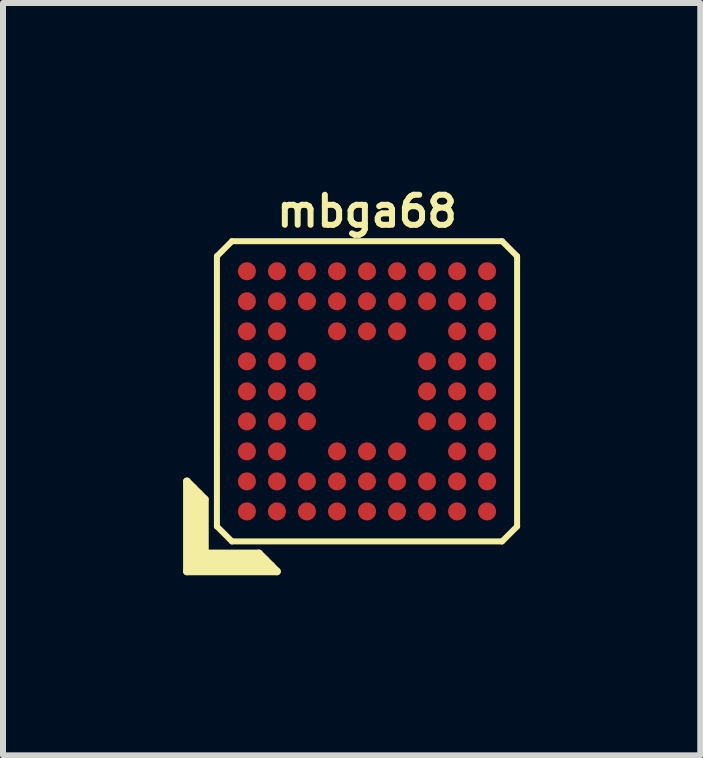
<source format=kicad_pcb>
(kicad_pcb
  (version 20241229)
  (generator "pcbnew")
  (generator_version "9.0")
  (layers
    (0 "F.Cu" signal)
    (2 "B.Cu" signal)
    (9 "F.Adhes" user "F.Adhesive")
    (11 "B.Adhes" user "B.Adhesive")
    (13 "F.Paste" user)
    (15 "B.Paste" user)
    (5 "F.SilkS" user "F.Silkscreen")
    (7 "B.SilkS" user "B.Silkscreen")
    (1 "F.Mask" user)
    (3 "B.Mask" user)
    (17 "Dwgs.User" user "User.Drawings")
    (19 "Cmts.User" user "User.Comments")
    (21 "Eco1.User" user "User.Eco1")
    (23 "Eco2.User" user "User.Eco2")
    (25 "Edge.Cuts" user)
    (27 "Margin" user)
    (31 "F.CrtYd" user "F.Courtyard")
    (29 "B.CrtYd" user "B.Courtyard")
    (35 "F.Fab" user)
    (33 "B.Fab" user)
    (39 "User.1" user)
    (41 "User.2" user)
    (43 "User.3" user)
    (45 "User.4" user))
  (footprint "mbga68"
    (layer "F.Cu")
    (at 3.063 3.468)
    (property "Reference" "mbga68" (at 0 -3 0) (layer "F.SilkS") (effects (font (size 0.5 0.5) (thickness 0.1))))
    (attr smd)
    (fp_line (start -3 1.5) (end -2.7 1.8) (stroke (width 0.127) (type solid)) (layer "F.SilkS"))
    (fp_line (start -3 3) (end -3 1.5) (stroke (width 0.127) (type solid)) (layer "F.SilkS"))
    (fp_line (start -2.9 1.6) (end -2.9 2.9) (stroke (width 0.127) (type solid)) (layer "F.SilkS"))
    (fp_line (start -2.9 2.9) (end -1.6 2.9) (stroke (width 0.127) (type solid)) (layer "F.SilkS"))
    (fp_line (start -2.8 2.8) (end -2.8 1.7) (stroke (width 0.127) (type solid)) (layer "F.SilkS"))
    (fp_line (start -2.7 1.8) (end -2.7 2.7) (stroke (width 0.127) (type solid)) (layer "F.SilkS"))
    (fp_line (start -2.7 2.7) (end -1.8 2.7) (stroke (width 0.127) (type solid)) (layer "F.SilkS"))
    (fp_line (start -2.5 -2.25) (end -2.25 -2.5) (stroke (width 0.1) (type solid)) (layer "F.SilkS"))
    (fp_line (start -2.5 2.25) (end -2.5 -2.25) (stroke (width 0.1) (type solid)) (layer "F.SilkS"))
    (fp_line (start -2.25 -2.5) (end 2.25 -2.5) (stroke (width 0.1) (type solid)) (layer "F.SilkS"))
    (fp_line (start -2.25 2.5) (end -2.5 2.25) (stroke (width 0.1) (type solid)) (layer "F.SilkS"))
    (fp_line (start -1.8 2.7) (end -1.5 3) (stroke (width 0.127) (type solid)) (layer "F.SilkS"))
    (fp_line (start -1.7 2.8) (end -2.8 2.8) (stroke (width 0.127) (type solid)) (layer "F.SilkS"))
    (fp_line (start -1.5 3) (end -3 3) (stroke (width 0.127) (type solid)) (layer "F.SilkS"))
    (fp_line (start 2.25 -2.5) (end 2.5 -2.25) (stroke (width 0.1) (type solid)) (layer "F.SilkS"))
    (fp_line (start 2.25 2.5) (end -2.25 2.5) (stroke (width 0.1) (type solid)) (layer "F.SilkS"))
    (fp_line (start 2.5 -2.25) (end 2.5 2.25) (stroke (width 0.1) (type solid)) (layer "F.SilkS"))
    (fp_line (start 2.5 2.25) (end 2.25 2.5) (stroke (width 0.1) (type solid)) (layer "F.SilkS"))
    (pad "A1" smd circle (at -2 2) (size 0.3 0.3) (layers "F.Cu" "F.Mask" "F.Paste"))
    (pad "A2" smd circle (at -1.5 2) (size 0.3 0.3) (layers "F.Cu" "F.Mask" "F.Paste"))
    (pad "A3" smd circle (at -1 2) (size 0.3 0.3) (layers "F.Cu" "F.Mask" "F.Paste"))
    (pad "A4" smd circle (at -0.5 2) (size 0.3 0.3) (layers "F.Cu" "F.Mask" "F.Paste"))
    (pad "A5" smd circle (at 0 2) (size 0.3 0.3) (layers "F.Cu" "F.Mask" "F.Paste"))
    (pad "A6" smd circle (at 0.5 2) (size 0.3 0.3) (layers "F.Cu" "F.Mask" "F.Paste"))
    (pad "A7" smd circle (at 1 2) (size 0.3 0.3) (layers "F.Cu" "F.Mask" "F.Paste"))
    (pad "A8" smd circle (at 1.5 2) (size 0.3 0.3) (layers "F.Cu" "F.Mask" "F.Paste"))
    (pad "A9" smd circle (at 2 2) (size 0.3 0.3) (layers "F.Cu" "F.Mask" "F.Paste"))
    (pad "B1" smd circle (at -2 1.5) (size 0.3 0.3) (layers "F.Cu" "F.Mask" "F.Paste"))
    (pad "B2" smd circle (at -1.5 1.5) (size 0.3 0.3) (layers "F.Cu" "F.Mask" "F.Paste"))
    (pad "B3" smd circle (at -1 1.5) (size 0.3 0.3) (layers "F.Cu" "F.Mask" "F.Paste"))
    (pad "B4" smd circle (at -0.5 1.5) (size 0.3 0.3) (layers "F.Cu" "F.Mask" "F.Paste"))
    (pad "B5" smd circle (at 0 1.5) (size 0.3 0.3) (layers "F.Cu" "F.Mask" "F.Paste"))
    (pad "B6" smd circle (at 0.5 1.5) (size 0.3 0.3) (layers "F.Cu" "F.Mask" "F.Paste"))
    (pad "B7" smd circle (at 1 1.5) (size 0.3 0.3) (layers "F.Cu" "F.Mask" "F.Paste"))
    (pad "B8" smd circle (at 1.5 1.5) (size 0.3 0.3) (layers "F.Cu" "F.Mask" "F.Paste"))
    (pad "B9" smd circle (at 2 1.5) (size 0.3 0.3) (layers "F.Cu" "F.Mask" "F.Paste"))
    (pad "C1" smd circle (at -2 1) (size 0.3 0.3) (layers "F.Cu" "F.Mask" "F.Paste"))
    (pad "C2" smd circle (at -1.5 1) (size 0.3 0.3) (layers "F.Cu" "F.Mask" "F.Paste"))
    (pad "C4" smd circle (at -0.5 1) (size 0.3 0.3) (layers "F.Cu" "F.Mask" "F.Paste"))
    (pad "C5" smd circle (at 0 1) (size 0.3 0.3) (layers "F.Cu" "F.Mask" "F.Paste"))
    (pad "C6" smd circle (at 0.5 1) (size 0.3 0.3) (layers "F.Cu" "F.Mask" "F.Paste"))
    (pad "C8" smd circle (at 1.5 1) (size 0.3 0.3) (layers "F.Cu" "F.Mask" "F.Paste"))
    (pad "C9" smd circle (at 2 1) (size 0.3 0.3) (layers "F.Cu" "F.Mask" "F.Paste"))
    (pad "D1" smd circle (at -2 0.5) (size 0.3 0.3) (layers "F.Cu" "F.Mask" "F.Paste"))
    (pad "D2" smd circle (at -1.5 0.5) (size 0.3 0.3) (layers "F.Cu" "F.Mask" "F.Paste"))
    (pad "D3" smd circle (at -1 0.5) (size 0.3 0.3) (layers "F.Cu" "F.Mask" "F.Paste"))
    (pad "D7" smd circle (at 1 0.5) (size 0.3 0.3) (layers "F.Cu" "F.Mask" "F.Paste"))
    (pad "D8" smd circle (at 1.5 0.5) (size 0.3 0.3) (layers "F.Cu" "F.Mask" "F.Paste"))
    (pad "D9" smd circle (at 2 0.5) (size 0.3 0.3) (layers "F.Cu" "F.Mask" "F.Paste"))
    (pad "E1" smd circle (at -2 0) (size 0.3 0.3) (layers "F.Cu" "F.Mask" "F.Paste"))
    (pad "E2" smd circle (at -1.5 0) (size 0.3 0.3) (layers "F.Cu" "F.Mask" "F.Paste"))
    (pad "E3" smd circle (at -1 0) (size 0.3 0.3) (layers "F.Cu" "F.Mask" "F.Paste"))
    (pad "E7" smd circle (at 1 0) (size 0.3 0.3) (layers "F.Cu" "F.Mask" "F.Paste"))
    (pad "E8" smd circle (at 1.5 0) (size 0.3 0.3) (layers "F.Cu" "F.Mask" "F.Paste"))
    (pad "E9" smd circle (at 2 0) (size 0.3 0.3) (layers "F.Cu" "F.Mask" "F.Paste"))
    (pad "F1" smd circle (at -2 -0.5) (size 0.3 0.3) (layers "F.Cu" "F.Mask" "F.Paste"))
    (pad "F2" smd circle (at -1.5 -0.5) (size 0.3 0.3) (layers "F.Cu" "F.Mask" "F.Paste"))
    (pad "F3" smd circle (at -1 -0.5) (size 0.3 0.3) (layers "F.Cu" "F.Mask" "F.Paste"))
    (pad "F7" smd circle (at 1 -0.5) (size 0.3 0.3) (layers "F.Cu" "F.Mask" "F.Paste"))
    (pad "F8" smd circle (at 1.5 -0.5) (size 0.3 0.3) (layers "F.Cu" "F.Mask" "F.Paste"))
    (pad "F9" smd circle (at 2 -0.5) (size 0.3 0.3) (layers "F.Cu" "F.Mask" "F.Paste"))
    (pad "G1" smd circle (at -2 -1) (size 0.3 0.3) (layers "F.Cu" "F.Mask" "F.Paste"))
    (pad "G2" smd circle (at -1.5 -1) (size 0.3 0.3) (layers "F.Cu" "F.Mask" "F.Paste"))
    (pad "G4" smd circle (at -0.5 -1) (size 0.3 0.3) (layers "F.Cu" "F.Mask" "F.Paste"))
    (pad "G5" smd circle (at 0 -1) (size 0.3 0.3) (layers "F.Cu" "F.Mask" "F.Paste"))
    (pad "G6" smd circle (at 0.5 -1) (size 0.3 0.3) (layers "F.Cu" "F.Mask" "F.Paste"))
    (pad "G8" smd circle (at 1.5 -1) (size 0.3 0.3) (layers "F.Cu" "F.Mask" "F.Paste"))
    (pad "G9" smd circle (at 2 -1) (size 0.3 0.3) (layers "F.Cu" "F.Mask" "F.Paste"))
    (pad "H1" smd circle (at -2 -1.5) (size 0.3 0.3) (layers "F.Cu" "F.Mask" "F.Paste"))
    (pad "H2" smd circle (at -1.5 -1.5) (size 0.3 0.3) (layers "F.Cu" "F.Mask" "F.Paste"))
    (pad "H3" smd circle (at -1 -1.5) (size 0.3 0.3) (layers "F.Cu" "F.Mask" "F.Paste"))
    (pad "H4" smd circle (at -0.5 -1.5) (size 0.3 0.3) (layers "F.Cu" "F.Mask" "F.Paste"))
    (pad "H5" smd circle (at 0 -1.5) (size 0.3 0.3) (layers "F.Cu" "F.Mask" "F.Paste"))
    (pad "H6" smd circle (at 0.5 -1.5) (size 0.3 0.3) (layers "F.Cu" "F.Mask" "F.Paste"))
    (pad "H7" smd circle (at 1 -1.5) (size 0.3 0.3) (layers "F.Cu" "F.Mask" "F.Paste"))
    (pad "H8" smd circle (at 1.5 -1.5) (size 0.3 0.3) (layers "F.Cu" "F.Mask" "F.Paste"))
    (pad "H9" smd circle (at 2 -1.5) (size 0.3 0.3) (layers "F.Cu" "F.Mask" "F.Paste"))
    (pad "J1" smd circle (at -2 -2) (size 0.3 0.3) (layers "F.Cu" "F.Mask" "F.Paste"))
    (pad "J2" smd circle (at -1.5 -2) (size 0.3 0.3) (layers "F.Cu" "F.Mask" "F.Paste"))
    (pad "J3" smd circle (at -1 -2) (size 0.3 0.3) (layers "F.Cu" "F.Mask" "F.Paste"))
    (pad "J4" smd circle (at -0.5 -2) (size 0.3 0.3) (layers "F.Cu" "F.Mask" "F.Paste"))
    (pad "J5" smd circle (at 0 -2) (size 0.3 0.3) (layers "F.Cu" "F.Mask" "F.Paste"))
    (pad "J6" smd circle (at 0.5 -2) (size 0.3 0.3) (layers "F.Cu" "F.Mask" "F.Paste"))
    (pad "J7" smd circle (at 1 -2) (size 0.3 0.3) (layers "F.Cu" "F.Mask" "F.Paste"))
    (pad "J8" smd circle (at 1.5 -2) (size 0.3 0.3) (layers "F.Cu" "F.Mask" "F.Paste"))
    (pad "J9" smd circle (at 2 -2) (size 0.3 0.3) (layers "F.Cu" "F.Mask" "F.Paste")))
  (gr_rect
    (start -3 -3)
    (end 8.614 9.531)
    (stroke (width 0.1) (type default))
    (fill no)
    (layer "Edge.Cuts")))
</source>
